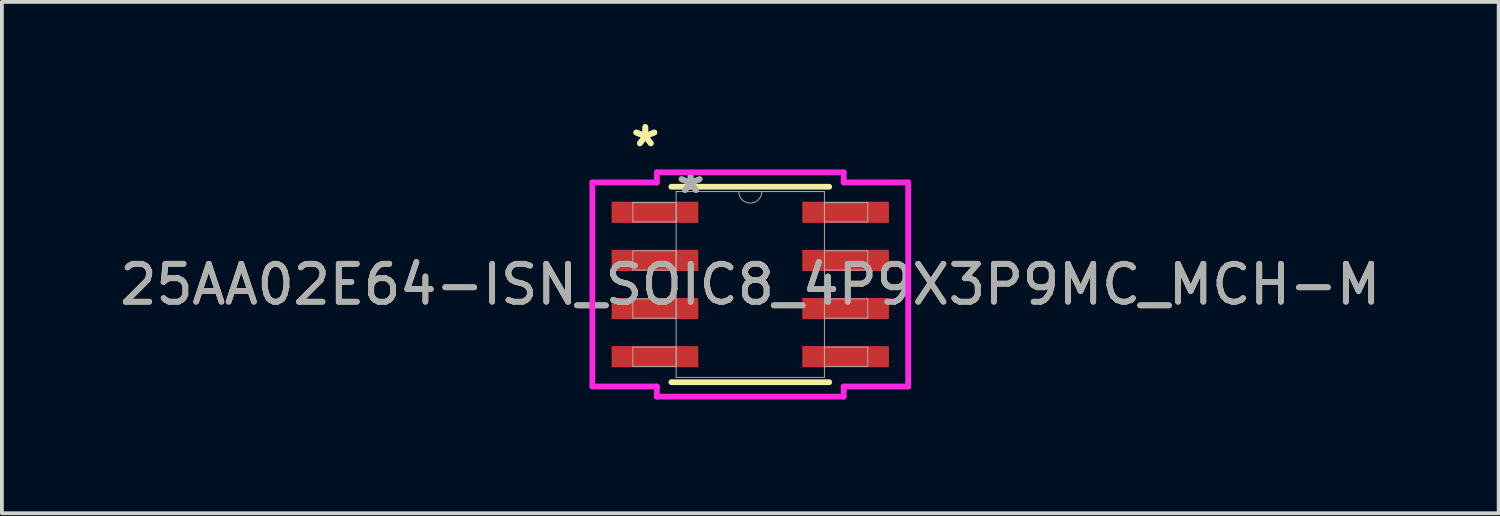
<source format=kicad_pcb>
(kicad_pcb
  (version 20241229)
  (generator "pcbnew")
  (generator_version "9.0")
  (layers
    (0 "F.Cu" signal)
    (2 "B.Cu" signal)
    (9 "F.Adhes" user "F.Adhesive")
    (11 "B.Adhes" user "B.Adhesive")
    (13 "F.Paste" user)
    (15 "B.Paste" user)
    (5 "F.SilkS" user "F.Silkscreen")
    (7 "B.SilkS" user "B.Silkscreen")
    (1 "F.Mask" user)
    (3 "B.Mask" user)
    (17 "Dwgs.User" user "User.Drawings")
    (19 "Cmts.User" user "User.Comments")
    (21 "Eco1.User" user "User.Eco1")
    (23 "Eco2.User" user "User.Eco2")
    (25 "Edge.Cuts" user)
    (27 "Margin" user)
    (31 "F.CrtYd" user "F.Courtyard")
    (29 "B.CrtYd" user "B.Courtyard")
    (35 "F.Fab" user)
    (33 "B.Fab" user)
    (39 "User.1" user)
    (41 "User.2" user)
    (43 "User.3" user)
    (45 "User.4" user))
  (footprint "25AA02E64-ISN_SOIC8_4P9X3P9MC_MCH-M"
    (layer "F.Cu")
    (at 16.744 4.455)
    (property "Reference" "25AA02E64-ISN_SOIC8_4P9X3P9MC_MCH-M" (at 0 0 0) (unlocked yes) (layer "F.SilkS") (effects (font (size 1 1) (thickness 0.15))))
    (attr smd)
    (fp_line (start -2.083 2.578) (end 2.083 2.578) (stroke (width 0.152) (type solid)) (layer "F.SilkS"))
    (fp_line (start 2.083 -2.578) (end -2.083 -2.578) (stroke (width 0.152) (type solid)) (layer "F.SilkS"))
    (fp_line (start -4.166 -2.692) (end -2.464 -2.692) (stroke (width 0.152) (type solid)) (layer "F.CrtYd"))
    (fp_line (start -4.166 2.692) (end -4.166 -2.692) (stroke (width 0.152) (type solid)) (layer "F.CrtYd"))
    (fp_line (start -4.166 2.692) (end -2.464 2.692) (stroke (width 0.152) (type solid)) (layer "F.CrtYd"))
    (fp_line (start -2.464 -2.959) (end 2.464 -2.959) (stroke (width 0.152) (type solid)) (layer "F.CrtYd"))
    (fp_line (start -2.464 -2.692) (end -2.464 -2.959) (stroke (width 0.152) (type solid)) (layer "F.CrtYd"))
    (fp_line (start -2.464 2.959) (end -2.464 2.692) (stroke (width 0.152) (type solid)) (layer "F.CrtYd"))
    (fp_line (start 2.464 -2.959) (end 2.464 -2.692) (stroke (width 0.152) (type solid)) (layer "F.CrtYd"))
    (fp_line (start 2.464 2.692) (end 2.464 2.959) (stroke (width 0.152) (type solid)) (layer "F.CrtYd"))
    (fp_line (start 2.464 2.959) (end -2.464 2.959) (stroke (width 0.152) (type solid)) (layer "F.CrtYd"))
    (fp_line (start 4.166 -2.692) (end 2.464 -2.692) (stroke (width 0.152) (type solid)) (layer "F.CrtYd"))
    (fp_line (start 4.166 -2.692) (end 4.166 2.692) (stroke (width 0.152) (type solid)) (layer "F.CrtYd"))
    (fp_line (start 4.166 2.692) (end 2.464 2.692) (stroke (width 0.152) (type solid)) (layer "F.CrtYd"))
    (fp_line (start -3.099 -2.159) (end -3.099 -1.651) (stroke (width 0.025) (type solid)) (layer "F.Fab"))
    (fp_line (start -3.099 -1.651) (end -1.956 -1.651) (stroke (width 0.025) (type solid)) (layer "F.Fab"))
    (fp_line (start -3.099 -0.889) (end -3.099 -0.381) (stroke (width 0.025) (type solid)) (layer "F.Fab"))
    (fp_line (start -3.099 -0.381) (end -1.956 -0.381) (stroke (width 0.025) (type solid)) (layer "F.Fab"))
    (fp_line (start -3.099 0.381) (end -3.099 0.889) (stroke (width 0.025) (type solid)) (layer "F.Fab"))
    (fp_line (start -3.099 0.889) (end -1.956 0.889) (stroke (width 0.025) (type solid)) (layer "F.Fab"))
    (fp_line (start -3.099 1.651) (end -3.099 2.159) (stroke (width 0.025) (type solid)) (layer "F.Fab"))
    (fp_line (start -3.099 2.159) (end -1.956 2.159) (stroke (width 0.025) (type solid)) (layer "F.Fab"))
    (fp_line (start -1.956 -2.451) (end -1.956 2.451) (stroke (width 0.025) (type solid)) (layer "F.Fab"))
    (fp_line (start -1.956 -2.159) (end -3.099 -2.159) (stroke (width 0.025) (type solid)) (layer "F.Fab"))
    (fp_line (start -1.956 -1.651) (end -1.956 -2.159) (stroke (width 0.025) (type solid)) (layer "F.Fab"))
    (fp_line (start -1.956 -0.889) (end -3.099 -0.889) (stroke (width 0.025) (type solid)) (layer "F.Fab"))
    (fp_line (start -1.956 -0.381) (end -1.956 -0.889) (stroke (width 0.025) (type solid)) (layer "F.Fab"))
    (fp_line (start -1.956 0.381) (end -3.099 0.381) (stroke (width 0.025) (type solid)) (layer "F.Fab"))
    (fp_line (start -1.956 0.889) (end -1.956 0.381) (stroke (width 0.025) (type solid)) (layer "F.Fab"))
    (fp_line (start -1.956 1.651) (end -3.099 1.651) (stroke (width 0.025) (type solid)) (layer "F.Fab"))
    (fp_line (start -1.956 2.159) (end -1.956 1.651) (stroke (width 0.025) (type solid)) (layer "F.Fab"))
    (fp_line (start -1.956 2.451) (end 1.956 2.451) (stroke (width 0.025) (type solid)) (layer "F.Fab"))
    (fp_line (start 1.956 -2.451) (end -1.956 -2.451) (stroke (width 0.025) (type solid)) (layer "F.Fab"))
    (fp_line (start 1.956 -2.159) (end 1.956 -1.651) (stroke (width 0.025) (type solid)) (layer "F.Fab"))
    (fp_line (start 1.956 -1.651) (end 3.099 -1.651) (stroke (width 0.025) (type solid)) (layer "F.Fab"))
    (fp_line (start 1.956 -0.889) (end 1.956 -0.381) (stroke (width 0.025) (type solid)) (layer "F.Fab"))
    (fp_line (start 1.956 -0.381) (end 3.099 -0.381) (stroke (width 0.025) (type solid)) (layer "F.Fab"))
    (fp_line (start 1.956 0.381) (end 1.956 0.889) (stroke (width 0.025) (type solid)) (layer "F.Fab"))
    (fp_line (start 1.956 0.889) (end 3.099 0.889) (stroke (width 0.025) (type solid)) (layer "F.Fab"))
    (fp_line (start 1.956 1.651) (end 1.956 2.159) (stroke (width 0.025) (type solid)) (layer "F.Fab"))
    (fp_line (start 1.956 2.159) (end 3.099 2.159) (stroke (width 0.025) (type solid)) (layer "F.Fab"))
    (fp_line (start 1.956 2.451) (end 1.956 -2.451) (stroke (width 0.025) (type solid)) (layer "F.Fab"))
    (fp_line (start 3.099 -2.159) (end 1.956 -2.159) (stroke (width 0.025) (type solid)) (layer "F.Fab"))
    (fp_line (start 3.099 -1.651) (end 3.099 -2.159) (stroke (width 0.025) (type solid)) (layer "F.Fab"))
    (fp_line (start 3.099 -0.889) (end 1.956 -0.889) (stroke (width 0.025) (type solid)) (layer "F.Fab"))
    (fp_line (start 3.099 -0.381) (end 3.099 -0.889) (stroke (width 0.025) (type solid)) (layer "F.Fab"))
    (fp_line (start 3.099 0.381) (end 1.956 0.381) (stroke (width 0.025) (type solid)) (layer "F.Fab"))
    (fp_line (start 3.099 0.889) (end 3.099 0.381) (stroke (width 0.025) (type solid)) (layer "F.Fab"))
    (fp_line (start 3.099 1.651) (end 1.956 1.651) (stroke (width 0.025) (type solid)) (layer "F.Fab"))
    (fp_line (start 3.099 2.159) (end 3.099 1.651) (stroke (width 0.025) (type solid)) (layer "F.Fab"))
    (fp_arc (start 0.3048 -2.4511) (mid 0 -2.1463) (end -0.3048 -2.4511) (stroke (width 0.0254) (type solid)) (layer "F.Fab"))
    (fp_text user "*" (at -2.769 -3.607 0) (layer "F.SilkS") (effects (font (size 1 1) (thickness 0.15))))
    (fp_text user "*" (at -2.769 -3.607 0) (unlocked yes) (layer "F.SilkS") (effects (font (size 1 1) (thickness 0.15))))
    (fp_text user "${REFERENCE}" (at 0 0 0) (unlocked yes) (layer "F.Fab") (effects (font (size 1 1) (thickness 0.15))))
    (fp_text user "*" (at -1.575 -2.375 0) (layer "F.Fab") (effects (font (size 1 1) (thickness 0.15))))
    (fp_text user "*" (at -1.575 -2.375 0) (unlocked yes) (layer "F.Fab") (effects (font (size 1 1) (thickness 0.15))))
    (pad "1" smd rect (at -2.515 -1.905) (size 2.286 0.559) (layers "F.Cu" "F.Mask" "F.Paste"))
    (pad "2" smd rect (at -2.515 -0.635) (size 2.286 0.559) (layers "F.Cu" "F.Mask" "F.Paste"))
    (pad "3" smd rect (at -2.515 0.635) (size 2.286 0.559) (layers "F.Cu" "F.Mask" "F.Paste"))
    (pad "4" smd rect (at -2.515 1.905) (size 2.286 0.559) (layers "F.Cu" "F.Mask" "F.Paste"))
    (pad "5" smd rect (at 2.515 1.905) (size 2.286 0.559) (layers "F.Cu" "F.Mask" "F.Paste"))
    (pad "6" smd rect (at 2.515 0.635) (size 2.286 0.559) (layers "F.Cu" "F.Mask" "F.Paste"))
    (pad "7" smd rect (at 2.515 -0.635) (size 2.286 0.559) (layers "F.Cu" "F.Mask" "F.Paste"))
    (pad "8" smd rect (at 2.515 -1.905) (size 2.286 0.559) (layers "F.Cu" "F.Mask" "F.Paste")))
  (gr_rect
    (start -3 -3)
    (end 36.488 10.49)
    (stroke (width 0.1) (type default))
    (fill no)
    (layer "Edge.Cuts")))
</source>
